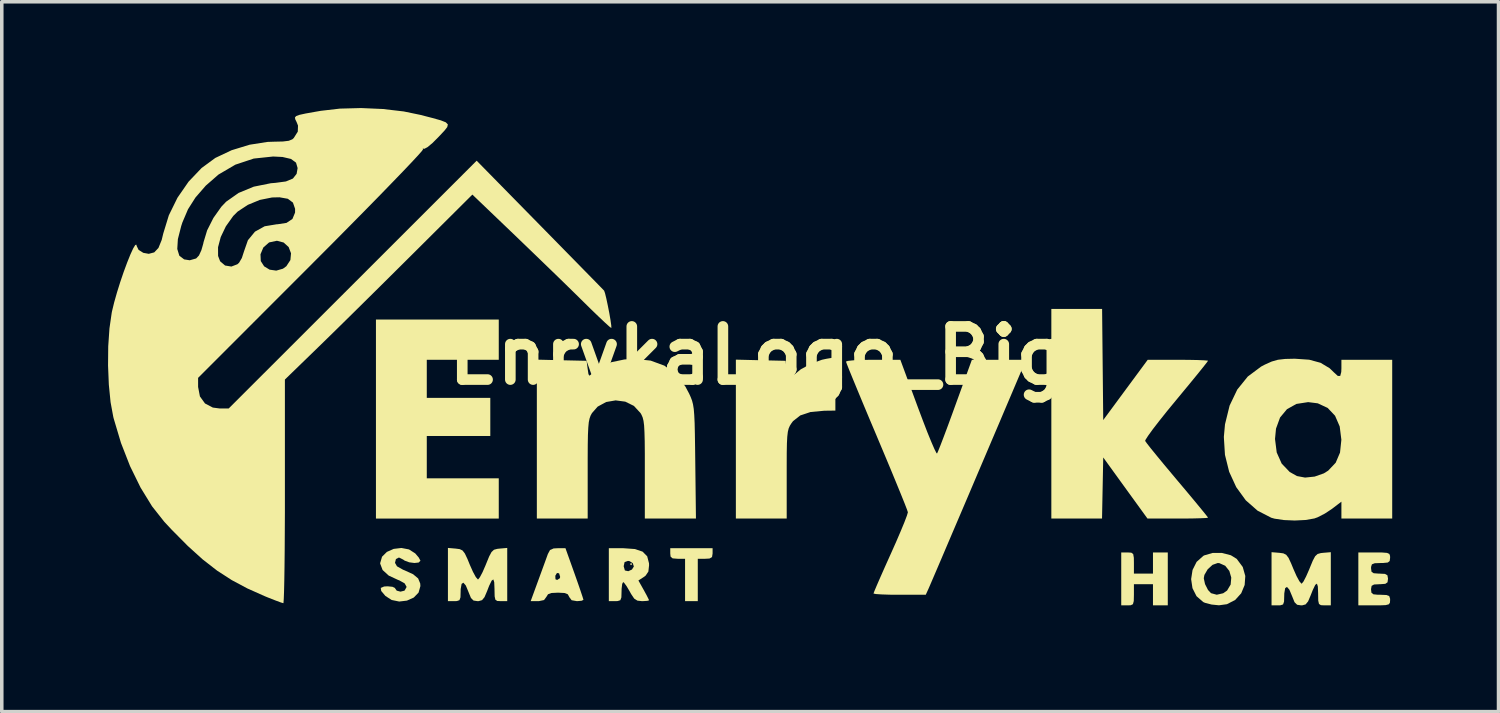
<source format=kicad_pcb>
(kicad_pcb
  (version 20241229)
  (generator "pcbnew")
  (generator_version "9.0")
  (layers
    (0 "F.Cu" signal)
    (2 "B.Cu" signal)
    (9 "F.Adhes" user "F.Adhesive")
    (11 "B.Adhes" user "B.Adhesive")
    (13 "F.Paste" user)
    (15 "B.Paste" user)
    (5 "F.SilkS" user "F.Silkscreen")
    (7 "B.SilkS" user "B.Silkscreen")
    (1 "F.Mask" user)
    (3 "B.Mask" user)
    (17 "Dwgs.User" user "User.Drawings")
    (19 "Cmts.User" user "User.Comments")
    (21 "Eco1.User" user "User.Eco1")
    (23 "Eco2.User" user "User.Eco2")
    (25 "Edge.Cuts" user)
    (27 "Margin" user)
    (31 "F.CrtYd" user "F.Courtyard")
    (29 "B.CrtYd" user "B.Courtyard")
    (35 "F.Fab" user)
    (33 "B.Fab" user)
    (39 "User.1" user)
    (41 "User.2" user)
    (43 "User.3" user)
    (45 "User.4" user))
  (footprint "EnrykaLogo_Big"
    (layer "F.Cu")
    (at 18.32 6.986)
    (property "Reference" "EnrykaLogo_Big" (at 0 0 0) (layer "F.SilkS") (effects (font (size 1.5 1.5) (thickness 0.3))))
    (attr board_only exclude_from_pos_files exclude_from_bom)
    (fp_poly (pts (xy -3.526 5.887) (xy -3.556 5.917) (xy -3.586 5.887) (xy -3.556 5.857)) (stroke (width 0) (type solid)) (fill yes) (layer "F.SilkS"))
    (fp_poly (pts (xy -1.255 5.588) (xy -1.271 5.689) (xy -1.341 5.73) (xy -1.464 5.737) (xy -1.673 5.737) (xy -1.673 6.335) (xy -1.673 6.933) (xy -1.853 6.933) (xy -2.032 6.933) (xy -2.032 6.335) (xy -2.032 5.737) (xy -2.241 5.737) (xy -2.383 5.726) (xy -2.441 5.676) (xy -2.45 5.588) (xy -2.45 5.439) (xy -1.853 5.439) (xy -1.255 5.439)) (stroke (width 0) (type solid)) (fill yes) (layer "F.SilkS"))
    (fp_poly (pts (xy -7.291 -0.448) (xy -7.291 0.12) (xy -8.307 0.12) (xy -9.323 0.12) (xy -9.323 0.657) (xy -9.323 1.195) (xy -8.427 1.195) (xy -7.53 1.195) (xy -7.53 1.733) (xy -7.53 2.271) (xy -8.427 2.271) (xy -9.323 2.271) (xy -9.323 2.869) (xy -9.323 3.466) (xy -8.307 3.466) (xy -7.291 3.466) (xy -7.291 4.034) (xy -7.291 4.602) (xy -9.024 4.602) (xy -10.758 4.602) (xy -10.758 1.793) (xy -10.758 -1.016) (xy -9.024 -1.016) (xy -7.291 -1.016)) (stroke (width 0) (type solid)) (fill yes) (layer "F.SilkS"))
    (fp_poly (pts (xy 10.565 5.565) (xy 10.618 5.605) (xy 10.636 5.709) (xy 10.638 5.857) (xy 10.638 6.156) (xy 10.907 6.156) (xy 11.176 6.156) (xy 11.176 5.857) (xy 11.176 5.558) (xy 11.385 5.558) (xy 11.594 5.558) (xy 11.594 6.305) (xy 11.594 7.052) (xy 11.385 7.052) (xy 11.176 7.052) (xy 11.176 6.753) (xy 11.176 6.455) (xy 10.907 6.455) (xy 10.638 6.455) (xy 10.638 6.753) (xy 10.634 6.93) (xy 10.61 7.019) (xy 10.547 7.049) (xy 10.459 7.052) (xy 10.28 7.052) (xy 10.28 6.305) (xy 10.28 5.558) (xy 10.459 5.558)) (stroke (width 0) (type solid)) (fill yes) (layer "F.SilkS"))
    (fp_poly (pts (xy 2.211 0.802) (xy 2.211 1.554) (xy 1.898 1.558) (xy 1.511 1.594) (xy 1.22 1.691) (xy 1.015 1.852) (xy 0.973 1.908) (xy 0.927 1.98) (xy 0.893 2.056) (xy 0.869 2.153) (xy 0.853 2.289) (xy 0.843 2.481) (xy 0.838 2.748) (xy 0.837 3.106) (xy 0.837 3.356) (xy 0.837 4.602) (xy 0.12 4.602) (xy -0.598 4.602) (xy -0.598 2.359) (xy -0.598 0.116) (xy 0.105 0.133) (xy 0.807 0.149) (xy 0.837 0.439) (xy 0.867 0.728) (xy 1.016 0.567) (xy 1.236 0.388) (xy 1.525 0.23) (xy 1.833 0.119) (xy 1.957 0.092) (xy 2.211 0.049)) (stroke (width 0) (type solid)) (fill yes) (layer "F.SilkS"))
    (fp_poly (pts (xy 13.125 5.573) (xy 13.375 5.638) (xy 13.54 5.74) (xy 13.71 5.969) (xy 13.782 6.223) (xy 13.764 6.477) (xy 13.667 6.711) (xy 13.497 6.899) (xy 13.265 7.019) (xy 13.039 7.05) (xy 12.83 7.029) (xy 12.643 6.98) (xy 12.596 6.959) (xy 12.405 6.793) (xy 12.291 6.567) (xy 12.253 6.311) (xy 12.257 6.287) (xy 12.61 6.287) (xy 12.645 6.451) (xy 12.729 6.617) (xy 12.814 6.708) (xy 12.976 6.752) (xy 13.157 6.711) (xy 13.268 6.634) (xy 13.369 6.464) (xy 13.386 6.268) (xy 13.332 6.081) (xy 13.215 5.934) (xy 13.049 5.86) (xy 13.003 5.857) (xy 12.858 5.908) (xy 12.721 6.033) (xy 12.628 6.192) (xy 12.61 6.287) (xy 12.257 6.287) (xy 12.293 6.053) (xy 12.408 5.824) (xy 12.599 5.654) (xy 12.621 5.642) (xy 12.857 5.573)) (stroke (width 0) (type solid)) (fill yes) (layer "F.SilkS"))
    (fp_poly (pts (xy -5.154 6.15) (xy -5.058 6.422) (xy -4.979 6.652) (xy -4.924 6.817) (xy -4.901 6.895) (xy -4.901 6.897) (xy -4.953 6.922) (xy -5.079 6.933) (xy -5.086 6.933) (xy -5.234 6.907) (xy -5.301 6.818) (xy -5.302 6.813) (xy -5.343 6.739) (xy -5.436 6.703) (xy -5.614 6.694) (xy -5.621 6.694) (xy -5.804 6.703) (xy -5.901 6.739) (xy -5.947 6.813) (xy -6.013 6.902) (xy -6.155 6.932) (xy -6.187 6.933) (xy -6.39 6.933) (xy -6.177 6.35) (xy -6.128 6.216) (xy -5.695 6.216) (xy -5.69 6.316) (xy -5.642 6.335) (xy -5.567 6.287) (xy -5.558 6.249) (xy -5.588 6.148) (xy -5.648 6.138) (xy -5.695 6.216) (xy -6.128 6.216) (xy -6.081 6.087) (xy -5.994 5.849) (xy -5.929 5.67) (xy -5.905 5.603) (xy -5.844 5.49) (xy -5.742 5.445) (xy -5.626 5.439) (xy -5.408 5.439)) (stroke (width 0) (type solid)) (fill yes) (layer "F.SilkS"))
    (fp_poly (pts (xy -3.452 5.462) (xy -3.232 5.535) (xy -3.101 5.667) (xy -3.05 5.864) (xy -3.048 5.92) (xy -3.068 6.098) (xy -3.144 6.211) (xy -3.198 6.252) (xy -3.349 6.35) (xy -3.198 6.619) (xy -3.113 6.775) (xy -3.059 6.883) (xy -3.048 6.91) (xy -3.1 6.925) (xy -3.229 6.933) (xy -3.249 6.933) (xy -3.377 6.919) (xy -3.468 6.861) (xy -3.556 6.73) (xy -3.592 6.664) (xy -3.682 6.511) (xy -3.754 6.413) (xy -3.78 6.395) (xy -3.807 6.448) (xy -3.823 6.583) (xy -3.825 6.664) (xy -3.83 6.829) (xy -3.86 6.907) (xy -3.937 6.931) (xy -4.004 6.933) (xy -4.184 6.933) (xy -4.184 6.186) (xy -4.184 5.947) (xy -3.765 5.947) (xy -3.731 6.067) (xy -3.635 6.088) (xy -3.532 6.041) (xy -3.478 5.955) (xy -3.509 5.86) (xy -3.605 5.801) (xy -3.644 5.797) (xy -3.739 5.831) (xy -3.765 5.947) (xy -4.184 5.947) (xy -4.184 5.439) (xy -3.773 5.439)) (stroke (width 0) (type solid)) (fill yes) (layer "F.SilkS"))
    (fp_poly (pts (xy 17.649 5.56) (xy 17.783 5.571) (xy 17.848 5.6) (xy 17.868 5.655) (xy 17.87 5.708) (xy 17.858 5.8) (xy 17.804 5.843) (xy 17.673 5.856) (xy 17.601 5.857) (xy 17.435 5.863) (xy 17.356 5.894) (xy 17.333 5.966) (xy 17.332 6.006) (xy 17.345 6.103) (xy 17.406 6.145) (xy 17.55 6.156) (xy 17.571 6.156) (xy 17.725 6.164) (xy 17.793 6.202) (xy 17.81 6.292) (xy 17.81 6.305) (xy 17.797 6.401) (xy 17.735 6.444) (xy 17.592 6.455) (xy 17.571 6.455) (xy 17.417 6.463) (xy 17.348 6.501) (xy 17.332 6.591) (xy 17.332 6.604) (xy 17.343 6.696) (xy 17.398 6.74) (xy 17.528 6.753) (xy 17.601 6.753) (xy 17.767 6.76) (xy 17.845 6.79) (xy 17.869 6.863) (xy 17.87 6.903) (xy 17.864 6.979) (xy 17.831 7.023) (xy 17.744 7.045) (xy 17.579 7.052) (xy 17.421 7.052) (xy 16.973 7.052) (xy 16.973 6.305) (xy 16.973 5.558) (xy 17.421 5.558)) (stroke (width 0) (type solid)) (fill yes) (layer "F.SilkS"))
    (fp_poly (pts (xy -9.825 5.473) (xy -9.649 5.585) (xy -9.55 5.701) (xy -9.503 5.788) (xy -9.503 5.794) (xy -9.552 5.843) (xy -9.672 5.856) (xy -9.818 5.837) (xy -9.948 5.789) (xy -9.987 5.761) (xy -10.108 5.701) (xy -10.194 5.745) (xy -10.22 5.852) (xy -10.164 5.95) (xy -9.993 6.046) (xy -9.95 6.063) (xy -9.708 6.174) (xy -9.567 6.292) (xy -9.508 6.435) (xy -9.503 6.508) (xy -9.555 6.692) (xy -9.691 6.832) (xy -9.883 6.918) (xy -10.101 6.944) (xy -10.316 6.9) (xy -10.491 6.786) (xy -10.609 6.646) (xy -10.622 6.56) (xy -10.528 6.52) (xy -10.429 6.514) (xy -10.291 6.528) (xy -10.222 6.561) (xy -10.22 6.568) (xy -10.171 6.637) (xy -10.065 6.665) (xy -9.957 6.638) (xy -9.947 6.631) (xy -9.892 6.532) (xy -9.947 6.432) (xy -10.102 6.345) (xy -10.132 6.335) (xy -10.397 6.212) (xy -10.57 6.054) (xy -10.638 5.875) (xy -10.638 5.857) (xy -10.586 5.679) (xy -10.449 5.543) (xy -10.257 5.458) (xy -10.039 5.432)) (stroke (width 0) (type solid)) (fill yes) (layer "F.SilkS"))
    (fp_poly (pts (xy 9.756 0.253) (xy 9.772 1.821) (xy 10.399 0.971) (xy 11.027 0.121) (xy 11.878 0.12) (xy 12.182 0.122) (xy 12.438 0.127) (xy 12.624 0.135) (xy 12.721 0.144) (xy 12.73 0.148) (xy 12.693 0.2) (xy 12.59 0.331) (xy 12.432 0.527) (xy 12.229 0.775) (xy 11.991 1.063) (xy 11.829 1.259) (xy 11.576 1.566) (xy 11.353 1.846) (xy 11.169 2.084) (xy 11.037 2.267) (xy 10.965 2.38) (xy 10.955 2.41) (xy 11 2.474) (xy 11.111 2.616) (xy 11.277 2.82) (xy 11.486 3.074) (xy 11.727 3.362) (xy 11.856 3.516) (xy 12.107 3.814) (xy 12.329 4.08) (xy 12.513 4.303) (xy 12.647 4.467) (xy 12.72 4.56) (xy 12.73 4.577) (xy 12.674 4.586) (xy 12.519 4.593) (xy 12.287 4.599) (xy 11.999 4.602) (xy 11.875 4.602) (xy 11.021 4.602) (xy 10.396 3.74) (xy 9.772 2.877) (xy 9.755 3.74) (xy 9.738 4.602) (xy 9.023 4.602) (xy 8.307 4.602) (xy 8.307 1.644) (xy 8.307 -1.315) (xy 9.023 -1.315) (xy 9.74 -1.315)) (stroke (width 0) (type solid)) (fill yes) (layer "F.SilkS"))
    (fp_poly (pts (xy -7.052 6.182) (xy -7.052 6.933) (xy -7.232 6.933) (xy -7.333 6.928) (xy -7.386 6.893) (xy -7.407 6.799) (xy -7.411 6.619) (xy -7.411 6.592) (xy -7.419 6.4) (xy -7.444 6.32) (xy -7.491 6.353) (xy -7.563 6.501) (xy -7.62 6.649) (xy -7.693 6.82) (xy -7.763 6.905) (xy -7.858 6.932) (xy -7.892 6.933) (xy -8.004 6.916) (xy -8.076 6.843) (xy -8.141 6.685) (xy -8.142 6.682) (xy -8.221 6.492) (xy -8.29 6.412) (xy -8.34 6.446) (xy -8.366 6.593) (xy -8.367 6.659) (xy -8.372 6.826) (xy -8.401 6.906) (xy -8.475 6.931) (xy -8.546 6.933) (xy -8.726 6.933) (xy -8.726 6.182) (xy -8.726 5.431) (xy -8.505 5.45) (xy -8.392 5.465) (xy -8.314 5.503) (xy -8.248 5.588) (xy -8.174 5.744) (xy -8.109 5.904) (xy -8.019 6.106) (xy -7.939 6.253) (xy -7.882 6.319) (xy -7.873 6.32) (xy -7.824 6.258) (xy -7.748 6.114) (xy -7.662 5.916) (xy -7.649 5.884) (xy -7.562 5.671) (xy -7.495 5.546) (xy -7.426 5.482) (xy -7.333 5.457) (xy -7.269 5.45) (xy -7.052 5.431)) (stroke (width 0) (type solid)) (fill yes) (layer "F.SilkS"))
    (fp_poly (pts (xy 16.196 6.302) (xy 16.196 7.052) (xy 16.017 7.052) (xy 15.916 7.047) (xy 15.862 7.012) (xy 15.841 6.919) (xy 15.838 6.738) (xy 15.838 6.712) (xy 15.83 6.519) (xy 15.804 6.439) (xy 15.757 6.473) (xy 15.686 6.621) (xy 15.628 6.768) (xy 15.555 6.94) (xy 15.485 7.025) (xy 15.39 7.051) (xy 15.356 7.052) (xy 15.245 7.035) (xy 15.172 6.963) (xy 15.108 6.805) (xy 15.107 6.802) (xy 15.027 6.611) (xy 14.959 6.532) (xy 14.908 6.565) (xy 14.883 6.712) (xy 14.881 6.778) (xy 14.876 6.946) (xy 14.848 7.026) (xy 14.774 7.05) (xy 14.702 7.052) (xy 14.523 7.052) (xy 14.523 6.302) (xy 14.523 5.551) (xy 14.743 5.569) (xy 14.856 5.584) (xy 14.935 5.623) (xy 15.001 5.708) (xy 15.074 5.864) (xy 15.14 6.024) (xy 15.229 6.225) (xy 15.309 6.372) (xy 15.366 6.438) (xy 15.375 6.439) (xy 15.425 6.378) (xy 15.5 6.233) (xy 15.587 6.035) (xy 15.599 6.004) (xy 15.687 5.791) (xy 15.754 5.665) (xy 15.823 5.602) (xy 15.915 5.576) (xy 15.98 5.569) (xy 16.196 5.551)) (stroke (width 0) (type solid)) (fill yes) (layer "F.SilkS"))
    (fp_poly (pts (xy -3.004 0.143) (xy -2.614 0.286) (xy -2.29 0.527) (xy -2.026 0.871) (xy -1.917 1.075) (xy -1.871 1.177) (xy -1.835 1.272) (xy -1.808 1.376) (xy -1.787 1.507) (xy -1.773 1.678) (xy -1.762 1.908) (xy -1.755 2.212) (xy -1.749 2.606) (xy -1.744 3.003) (xy -1.725 4.602) (xy -2.446 4.602) (xy -3.168 4.602) (xy -3.168 3.212) (xy -3.168 2.766) (xy -3.171 2.422) (xy -3.178 2.165) (xy -3.188 1.978) (xy -3.205 1.844) (xy -3.229 1.748) (xy -3.262 1.672) (xy -3.289 1.625) (xy -3.476 1.422) (xy -3.719 1.302) (xy -3.991 1.266) (xy -4.26 1.312) (xy -4.499 1.442) (xy -4.66 1.625) (xy -4.699 1.696) (xy -4.728 1.777) (xy -4.75 1.883) (xy -4.764 2.032) (xy -4.774 2.241) (xy -4.779 2.524) (xy -4.781 2.9) (xy -4.781 3.212) (xy -4.781 4.602) (xy -5.498 4.602) (xy -6.216 4.602) (xy -6.216 2.359) (xy -6.216 0.116) (xy -5.513 0.133) (xy -4.811 0.149) (xy -4.781 0.381) (xy -4.759 0.526) (xy -4.731 0.569) (xy -4.676 0.527) (xy -4.642 0.491) (xy -4.418 0.317) (xy -4.108 0.187) (xy -3.744 0.111) (xy -3.466 0.094)) (stroke (width 0) (type solid)) (fill yes) (layer "F.SilkS"))
    (fp_poly (pts (xy 15.587 0.118) (xy 15.907 0.205) (xy 16.162 0.358) (xy 16.28 0.472) (xy 16.394 0.576) (xy 16.462 0.575) (xy 16.491 0.464) (xy 16.495 0.359) (xy 16.495 0.12) (xy 17.212 0.12) (xy 17.929 0.12) (xy 17.929 2.361) (xy 17.929 4.602) (xy 17.212 4.602) (xy 16.495 4.602) (xy 16.495 4.363) (xy 16.495 4.125) (xy 16.225 4.331) (xy 16.028 4.461) (xy 15.826 4.565) (xy 15.732 4.599) (xy 15.483 4.642) (xy 15.179 4.657) (xy 14.871 4.644) (xy 14.608 4.605) (xy 14.516 4.579) (xy 14.128 4.379) (xy 13.795 4.086) (xy 13.526 3.715) (xy 13.327 3.282) (xy 13.208 2.803) (xy 13.18 2.356) (xy 14.621 2.356) (xy 14.669 2.737) (xy 14.809 3.05) (xy 15.036 3.287) (xy 15.24 3.402) (xy 15.47 3.445) (xy 15.74 3.417) (xy 15.999 3.326) (xy 16.122 3.249) (xy 16.334 3.025) (xy 16.456 2.739) (xy 16.494 2.378) (xy 16.447 2.002) (xy 16.316 1.7) (xy 16.107 1.479) (xy 15.828 1.349) (xy 15.556 1.315) (xy 15.225 1.366) (xy 14.958 1.515) (xy 14.763 1.75) (xy 14.649 2.063) (xy 14.621 2.356) (xy 13.18 2.356) (xy 13.177 2.295) (xy 13.209 1.942) (xy 13.339 1.413) (xy 13.555 0.961) (xy 13.852 0.593) (xy 14.228 0.312) (xy 14.334 0.256) (xy 14.528 0.169) (xy 14.704 0.119) (xy 14.909 0.096) (xy 15.18 0.09)) (stroke (width 0) (type solid)) (fill yes) (layer "F.SilkS"))
    (fp_poly (pts (xy 4.542 1.467) (xy 4.682 1.839) (xy 4.809 2.169) (xy 4.92 2.44) (xy 5.006 2.638) (xy 5.062 2.749) (xy 5.08 2.767) (xy 5.111 2.699) (xy 5.177 2.535) (xy 5.27 2.292) (xy 5.385 1.986) (xy 5.515 1.632) (xy 5.592 1.419) (xy 6.064 0.12) (xy 6.828 0.12) (xy 7.592 0.12) (xy 7.51 0.314) (xy 7.438 0.485) (xy 7.329 0.742) (xy 7.189 1.072) (xy 7.022 1.464) (xy 6.835 1.906) (xy 6.631 2.384) (xy 6.417 2.887) (xy 6.197 3.403) (xy 5.978 3.919) (xy 5.763 4.423) (xy 5.558 4.903) (xy 5.369 5.346) (xy 5.201 5.741) (xy 5.058 6.075) (xy 4.946 6.336) (xy 4.871 6.511) (xy 4.837 6.589) (xy 4.837 6.589) (xy 4.762 6.753) (xy 4.025 6.753) (xy 3.743 6.751) (xy 3.512 6.743) (xy 3.352 6.732) (xy 3.287 6.718) (xy 3.287 6.716) (xy 3.311 6.653) (xy 3.376 6.498) (xy 3.476 6.268) (xy 3.603 5.981) (xy 3.75 5.653) (xy 3.776 5.596) (xy 3.926 5.259) (xy 4.056 4.956) (xy 4.16 4.704) (xy 4.229 4.522) (xy 4.257 4.428) (xy 4.257 4.423) (xy 4.233 4.349) (xy 4.167 4.178) (xy 4.064 3.922) (xy 3.93 3.595) (xy 3.771 3.209) (xy 3.59 2.777) (xy 3.394 2.311) (xy 3.38 2.277) (xy 3.183 1.811) (xy 3.002 1.379) (xy 2.842 0.994) (xy 2.708 0.669) (xy 2.604 0.415) (xy 2.537 0.245) (xy 2.51 0.171) (xy 2.51 0.17) (xy 2.566 0.151) (xy 2.719 0.135) (xy 2.947 0.124) (xy 3.228 0.12) (xy 3.277 0.12) (xy 4.045 0.12)) (stroke (width 0) (type solid)) (fill yes) (layer "F.SilkS"))
    (fp_poly (pts (xy -10.561 -6.959) (xy -9.973 -6.89) (xy -9.503 -6.793) (xy -9.163 -6.705) (xy -8.927 -6.639) (xy -8.786 -6.583) (xy -8.728 -6.524) (xy -8.745 -6.449) (xy -8.825 -6.347) (xy -8.959 -6.204) (xy -8.994 -6.167) (xy -9.161 -6) (xy -9.301 -5.883) (xy -9.39 -5.836) (xy -9.405 -5.837) (xy -9.44 -5.844) (xy -9.426 -5.825) (xy -9.459 -5.775) (xy -9.571 -5.648) (xy -9.755 -5.45) (xy -10.005 -5.187) (xy -10.314 -4.867) (xy -10.675 -4.495) (xy -11.083 -4.079) (xy -11.531 -3.625) (xy -12.012 -3.139) (xy -12.521 -2.629) (xy -12.578 -2.571) (xy -15.778 0.63) (xy -15.778 0.887) (xy -15.727 1.154) (xy -15.583 1.353) (xy -15.362 1.469) (xy -15.171 1.494) (xy -14.914 1.494) (xy -11.414 -2.003) (xy -7.915 -5.5) (xy -6.124 -3.676) (xy -5.745 -3.29) (xy -5.393 -2.931) (xy -5.076 -2.608) (xy -4.803 -2.329) (xy -4.582 -2.104) (xy -4.423 -1.941) (xy -4.334 -1.849) (xy -4.317 -1.832) (xy -4.291 -1.758) (xy -4.254 -1.606) (xy -4.212 -1.407) (xy -4.17 -1.194) (xy -4.136 -0.996) (xy -4.115 -0.847) (xy -4.113 -0.778) (xy -4.115 -0.777) (xy -4.168 -0.817) (xy -4.291 -0.928) (xy -4.47 -1.097) (xy -4.69 -1.309) (xy -4.901 -1.517) (xy -5.158 -1.77) (xy -5.479 -2.084) (xy -5.842 -2.436) (xy -6.225 -2.806) (xy -6.604 -3.171) (xy -6.842 -3.4) (xy -8.036 -4.543) (xy -9.741 -2.846) (xy -10.161 -2.429) (xy -10.596 -1.997) (xy -11.029 -1.569) (xy -11.443 -1.16) (xy -11.822 -0.787) (xy -12.149 -0.467) (xy -12.386 -0.236) (xy -13.328 0.678) (xy -13.328 3.835) (xy -13.328 4.437) (xy -13.331 5.001) (xy -13.334 5.516) (xy -13.339 5.972) (xy -13.345 6.358) (xy -13.352 6.661) (xy -13.36 6.872) (xy -13.368 6.98) (xy -13.372 6.991) (xy -13.445 6.969) (xy -13.599 6.912) (xy -13.807 6.83) (xy -13.897 6.793) (xy -14.388 6.574) (xy -14.83 6.338) (xy -15.244 6.07) (xy -15.65 5.754) (xy -16.069 5.375) (xy -16.522 4.918) (xy -16.733 4.692) (xy -17.077 4.257) (xy -17.403 3.726) (xy -17.699 3.122) (xy -17.955 2.467) (xy -18.159 1.784) (xy -18.172 1.733) (xy -18.249 1.316) (xy -18.298 0.82) (xy -18.32 0.282) (xy -18.315 -0.259) (xy -18.28 -0.767) (xy -18.217 -1.204) (xy -18.21 -1.241) (xy -18.148 -1.497) (xy -18.068 -1.78) (xy -17.976 -2.074) (xy -17.878 -2.362) (xy -17.78 -2.627) (xy -17.689 -2.853) (xy -17.611 -3.023) (xy -17.552 -3.121) (xy -17.519 -3.129) (xy -17.513 -3.095) (xy -17.458 -2.983) (xy -17.325 -2.899) (xy -17.171 -2.871) (xy -17.016 -2.912) (xy -16.925 -3.008) (xy -16.366 -3.008) (xy -16.308 -2.818) (xy -16.172 -2.714) (xy -16.014 -2.689) (xy -15.834 -2.74) (xy -15.754 -2.824) (xy -15.686 -2.972) (xy -15.661 -3.058) (xy -15.215 -3.058) (xy -15.214 -2.811) (xy -15.156 -2.66) (xy -15.016 -2.541) (xy -14.838 -2.512) (xy -14.668 -2.577) (xy -14.622 -2.619) (xy -14.543 -2.753) (xy -14.509 -2.858) (xy -14.017 -2.858) (xy -14.009 -2.667) (xy -13.914 -2.518) (xy -13.759 -2.424) (xy -13.572 -2.397) (xy -13.383 -2.451) (xy -13.287 -2.521) (xy -13.173 -2.695) (xy -13.155 -2.886) (xy -13.222 -3.062) (xy -13.363 -3.19) (xy -13.552 -3.24) (xy -13.774 -3.193) (xy -13.937 -3.049) (xy -14.017 -2.858) (xy -14.509 -2.858) (xy -14.486 -2.928) (xy -14.485 -2.932) (xy -14.372 -3.255) (xy -14.173 -3.497) (xy -13.899 -3.649) (xy -13.559 -3.705) (xy -13.539 -3.705) (xy -13.283 -3.744) (xy -13.115 -3.856) (xy -13.041 -4.035) (xy -13.04 -4.141) (xy -13.101 -4.317) (xy -13.245 -4.425) (xy -13.482 -4.467) (xy -13.69 -4.462) (xy -14.035 -4.393) (xy -14.373 -4.254) (xy -14.661 -4.064) (xy -14.787 -3.939) (xy -14.995 -3.646) (xy -15.139 -3.345) (xy -15.215 -3.058) (xy -15.661 -3.058) (xy -15.631 -3.164) (xy -15.625 -3.197) (xy -15.523 -3.534) (xy -15.346 -3.884) (xy -15.123 -4.199) (xy -14.987 -4.342) (xy -14.635 -4.59) (xy -14.206 -4.767) (xy -13.724 -4.864) (xy -13.598 -4.874) (xy -13.299 -4.914) (xy -13.102 -4.996) (xy -12.997 -5.129) (xy -12.969 -5.292) (xy -13.014 -5.445) (xy -13.155 -5.549) (xy -13.396 -5.605) (xy -13.66 -5.618) (xy -14.208 -5.56) (xy -14.726 -5.388) (xy -15.202 -5.109) (xy -15.561 -4.796) (xy -15.852 -4.461) (xy -16.063 -4.129) (xy -16.223 -3.753) (xy -16.255 -3.654) (xy -16.349 -3.286) (xy -16.366 -3.008) (xy -16.925 -3.008) (xy -16.897 -3.038) (xy -16.806 -3.262) (xy -16.761 -3.446) (xy -16.604 -3.959) (xy -16.36 -4.455) (xy -16.046 -4.909) (xy -15.679 -5.294) (xy -15.292 -5.578) (xy -14.831 -5.796) (xy -14.323 -5.951) (xy -13.819 -6.03) (xy -13.64 -6.036) (xy -13.384 -6.042) (xy -13.219 -6.062) (xy -13.119 -6.103) (xy -13.077 -6.141) (xy -12.964 -6.321) (xy -12.958 -6.491) (xy -12.999 -6.594) (xy -13.035 -6.667) (xy -13.045 -6.719) (xy -13.011 -6.759) (xy -12.917 -6.794) (xy -12.748 -6.831) (xy -12.485 -6.878) (xy -12.312 -6.908) (xy -11.776 -6.97) (xy -11.177 -6.986)) (stroke (width 0) (type solid)) (fill yes) (layer "F.SilkS")))
  (gr_rect
    (start -3 -3)
    (end 39.25 17.038)
    (stroke (width 0.1) (type default))
    (fill no)
    (layer "Edge.Cuts")))
</source>
